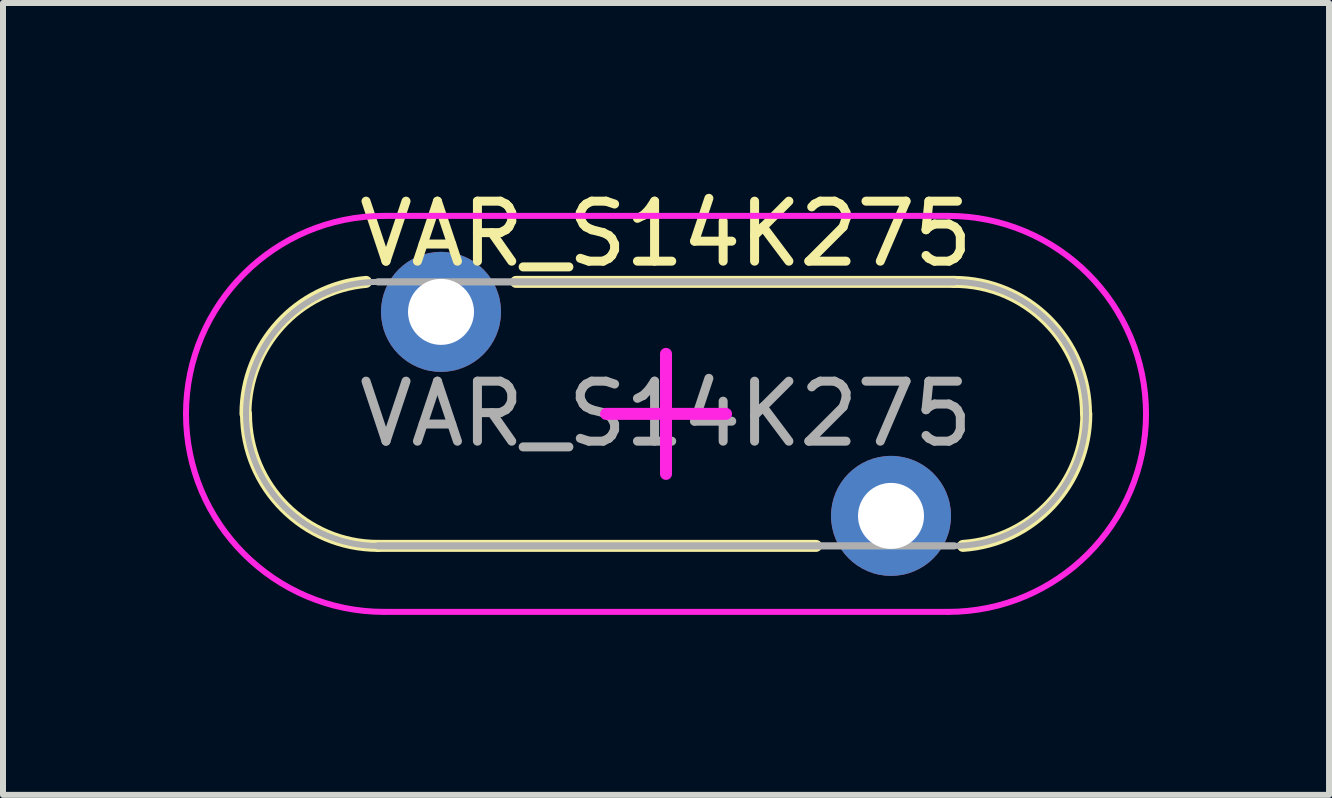
<source format=kicad_pcb>
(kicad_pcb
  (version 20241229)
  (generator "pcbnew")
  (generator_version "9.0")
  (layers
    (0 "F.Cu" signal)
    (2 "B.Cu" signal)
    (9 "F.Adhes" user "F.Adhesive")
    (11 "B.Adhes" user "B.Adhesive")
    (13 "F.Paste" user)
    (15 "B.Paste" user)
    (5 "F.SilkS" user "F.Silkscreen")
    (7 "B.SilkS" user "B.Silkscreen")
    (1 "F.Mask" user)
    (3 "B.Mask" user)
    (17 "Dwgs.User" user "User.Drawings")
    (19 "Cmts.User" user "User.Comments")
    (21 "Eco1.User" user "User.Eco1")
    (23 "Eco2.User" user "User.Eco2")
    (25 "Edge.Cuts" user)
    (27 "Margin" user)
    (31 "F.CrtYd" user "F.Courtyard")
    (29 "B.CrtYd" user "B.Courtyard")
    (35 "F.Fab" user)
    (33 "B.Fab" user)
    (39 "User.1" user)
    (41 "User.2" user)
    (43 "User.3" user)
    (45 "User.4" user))
  (footprint "VAR_S14K275"
    (layer "F.Cu")
    (at 8.05 3.848)
    (property "Reference" "VAR_S14K275" (at 0 -3 0) (layer "F.SilkS") (effects (font (size 1 1) (thickness 0.15))))
    (attr through_hole)
    (fp_line (start -4.8 2.2) (end 2.5 2.2) (stroke (width 0.2) (type solid)) (layer "F.SilkS"))
    (fp_line (start 4.8 -2.2) (end -2.5 -2.2) (stroke (width 0.2) (type solid)) (layer "F.SilkS"))
    (fp_arc (start -7.009072 0) (mid -6.431229 -1.489662) (end -5 -2.2) (stroke (width 0.2) (type solid)) (layer "F.SilkS"))
    (fp_arc (start -4.8 2.2) (mid -6.355635 1.555635) (end -7 0) (stroke (width 0.2) (type solid)) (layer "F.SilkS"))
    (fp_arc (start 4.8 -2.2) (mid 6.355635 -1.555635) (end 7 0) (stroke (width 0.2) (type solid)) (layer "F.SilkS"))
    (fp_arc (start 7.005108 0) (mid 6.411407 1.50528) (end 4.95 2.2) (stroke (width 0.2) (type solid)) (layer "F.SilkS"))
    (fp_line (start -4.7 -3.3) (end 4.7 -3.3) (stroke (width 0.1) (type solid)) (layer "F.CrtYd"))
    (fp_line (start 0 1) (end 0 -1) (stroke (width 0.2) (type solid)) (layer "F.CrtYd"))
    (fp_line (start 1 0) (end -1 0) (stroke (width 0.2) (type solid)) (layer "F.CrtYd"))
    (fp_line (start 4.7 3.3) (end -4.7 3.3) (stroke (width 0.1) (type solid)) (layer "F.CrtYd"))
    (fp_arc (start -8 0) (mid -7.033452 -2.333452) (end -4.7 -3.3) (stroke (width 0.1) (type solid)) (layer "F.CrtYd"))
    (fp_arc (start -4.7 3.3) (mid -7.033452 2.333452) (end -8 0) (stroke (width 0.1) (type solid)) (layer "F.CrtYd"))
    (fp_arc (start 4.7 -3.3) (mid 7.033452 -2.333452) (end 8 0) (stroke (width 0.1) (type solid)) (layer "F.CrtYd"))
    (fp_arc (start 8 0) (mid 7.033452 2.333452) (end 4.7 3.3) (stroke (width 0.1) (type solid)) (layer "F.CrtYd"))
    (fp_line (start -4.8 2.2) (end 4.8 2.2) (stroke (width 0.12) (type solid)) (layer "F.Fab"))
    (fp_line (start 4.8 -2.2) (end -4.8 -2.2) (stroke (width 0.12) (type solid)) (layer "F.Fab"))
    (fp_arc (start -7 0) (mid -6.355635 -1.555635) (end -4.8 -2.2) (stroke (width 0.1) (type solid)) (layer "F.Fab"))
    (fp_arc (start -4.8 2.2) (mid -6.355635 1.555635) (end -7 0) (stroke (width 0.1) (type solid)) (layer "F.Fab"))
    (fp_arc (start 4.8 -2.2) (mid 6.355635 -1.555635) (end 7 0) (stroke (width 0.1) (type solid)) (layer "F.Fab"))
    (fp_arc (start 7 0) (mid 6.355635 1.555635) (end 4.8 2.2) (stroke (width 0.1) (type solid)) (layer "F.Fab"))
    (fp_text user "${REFERENCE}" (at 0 0 0) (layer "F.Fab") (effects (font (size 1 1) (thickness 0.15))))
    (pad "1" thru_hole circle (at -3.75 -1.7) (size 2 2) (drill 1.1) (layers "*.Cu" "*.Mask"))
    (pad "2" thru_hole circle (at 3.75 1.7) (size 2 2) (drill 1.1) (layers "*.Cu" "*.Mask")))
  (gr_rect
    (start -3 -3)
    (end 19.1 10.198)
    (stroke (width 0.1) (type default))
    (fill no)
    (layer "Edge.Cuts")))
</source>
